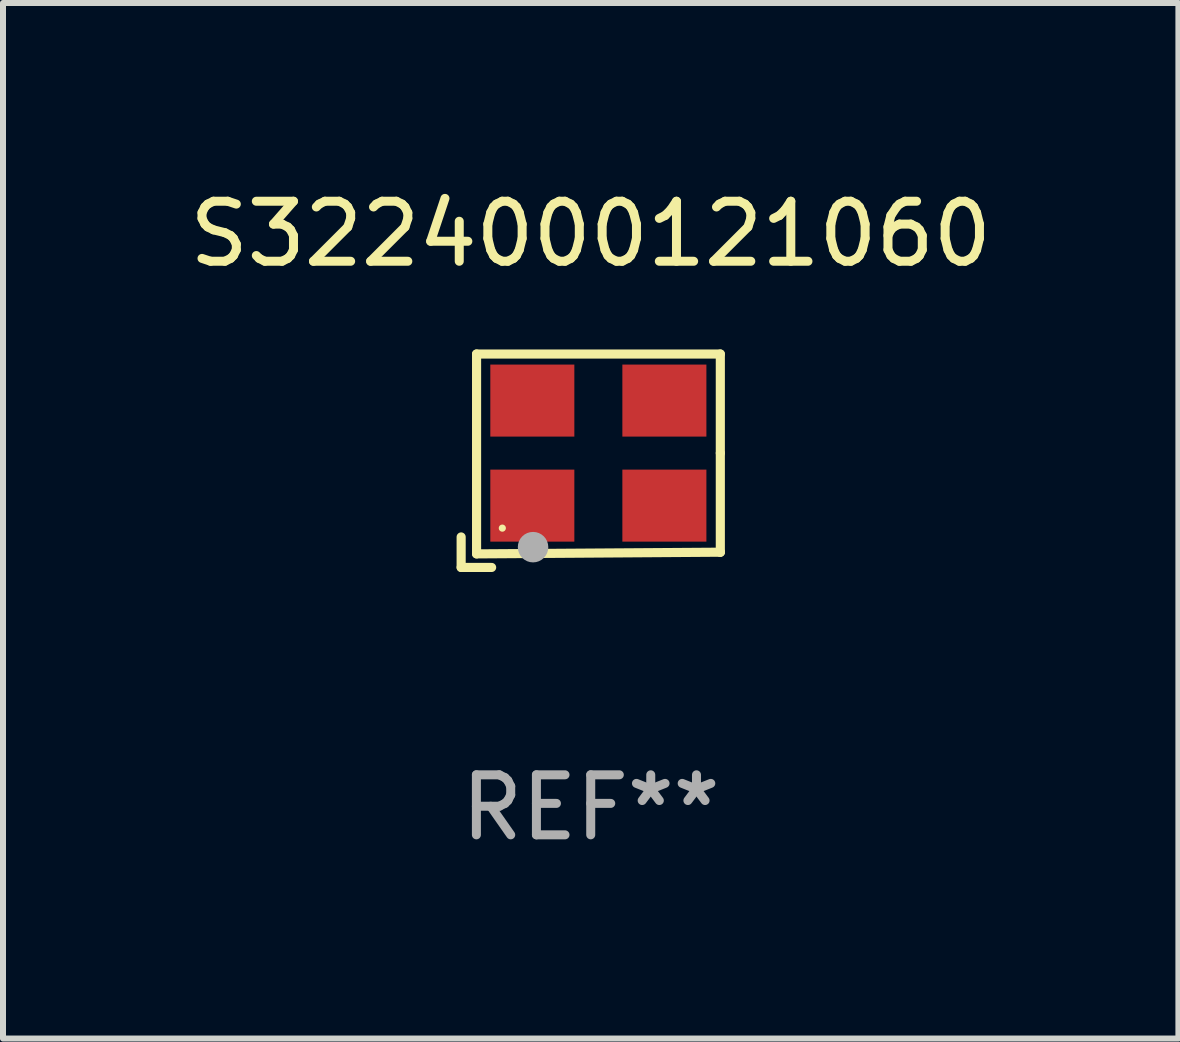
<source format=kicad_pcb>
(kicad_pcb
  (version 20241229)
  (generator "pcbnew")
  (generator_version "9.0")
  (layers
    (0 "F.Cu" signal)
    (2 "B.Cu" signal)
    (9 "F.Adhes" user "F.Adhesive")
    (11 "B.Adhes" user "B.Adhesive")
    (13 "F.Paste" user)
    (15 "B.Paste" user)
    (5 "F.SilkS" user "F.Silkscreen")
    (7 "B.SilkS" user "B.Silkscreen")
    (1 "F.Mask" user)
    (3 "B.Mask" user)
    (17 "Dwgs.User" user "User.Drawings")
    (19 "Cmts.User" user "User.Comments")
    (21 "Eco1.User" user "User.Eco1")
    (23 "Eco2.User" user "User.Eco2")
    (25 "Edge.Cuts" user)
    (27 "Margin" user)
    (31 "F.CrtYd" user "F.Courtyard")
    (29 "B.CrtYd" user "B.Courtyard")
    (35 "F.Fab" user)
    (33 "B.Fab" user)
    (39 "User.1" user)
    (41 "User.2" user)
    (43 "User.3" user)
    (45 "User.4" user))
  (footprint "S3224000121060"
    (layer "F.Cu")
    (at 6.792 4.626)
    (property "Reference" "S3224000121060" (at 0 -3.778 0) (layer "F.SilkS") (effects (font (size 1 1) (thickness 0.15))))
    (attr through_hole)
    (fp_line (start -2.159 1.27) (end -2.159 1.778) (stroke (width 0.152) (type solid)) (layer "F.SilkS"))
    (fp_line (start -2.159 1.778) (end -1.651 1.778) (stroke (width 0.152) (type solid)) (layer "F.SilkS"))
    (fp_line (start -1.902 -1.778) (end 2.159 -1.778) (stroke (width 0.152) (type solid)) (layer "F.SilkS"))
    (fp_line (start -1.902 1.552) (end -1.902 -1.778) (stroke (width 0.152) (type solid)) (layer "F.SilkS"))
    (fp_line (start 2.159 -1.778) (end 2.159 -0.127) (stroke (width 0.152) (type solid)) (layer "F.SilkS"))
    (fp_line (start 2.159 -0.127) (end 2.159 1.524) (stroke (width 0.152) (type solid)) (layer "F.SilkS"))
    (fp_line (start 2.159 1.524) (end -1.902 1.552) (stroke (width 0.152) (type solid)) (layer "F.SilkS"))
    (fp_line (start 2.159 1.524) (end 2.159 1.524) (stroke (width 0.152) (type solid)) (layer "F.SilkS"))
    (fp_circle (center -1.473 1.123) (end -1.443 1.123) (stroke (width 0.06) (type solid)) (fill no) (layer "F.SilkS"))
    (fp_circle (center -0.961 1.44) (end -0.834 1.44) (stroke (width 0.254) (type solid)) (fill no) (layer "F.Fab"))
    (fp_text user "REF**" (at 0 5.778 0) (layer "F.Fab") (effects (font (size 1 1) (thickness 0.15))))
    (pad "1" smd rect (at -0.973 0.748) (size 1.4 1.2) (layers "F.Cu" "F.Mask" "F.Paste"))
    (pad "2" smd rect (at 1.227 0.748) (size 1.4 1.2) (layers "F.Cu" "F.Mask" "F.Paste"))
    (pad "3" smd rect (at 1.227 -1.002) (size 1.4 1.2) (layers "F.Cu" "F.Mask" "F.Paste"))
    (pad "4" smd rect (at -0.973 -1.002) (size 1.4 1.2) (layers "F.Cu" "F.Mask" "F.Paste")))
  (gr_rect
    (start -3 -3)
    (end 16.583 14.253)
    (stroke (width 0.1) (type default))
    (fill no)
    (layer "Edge.Cuts")))
</source>
